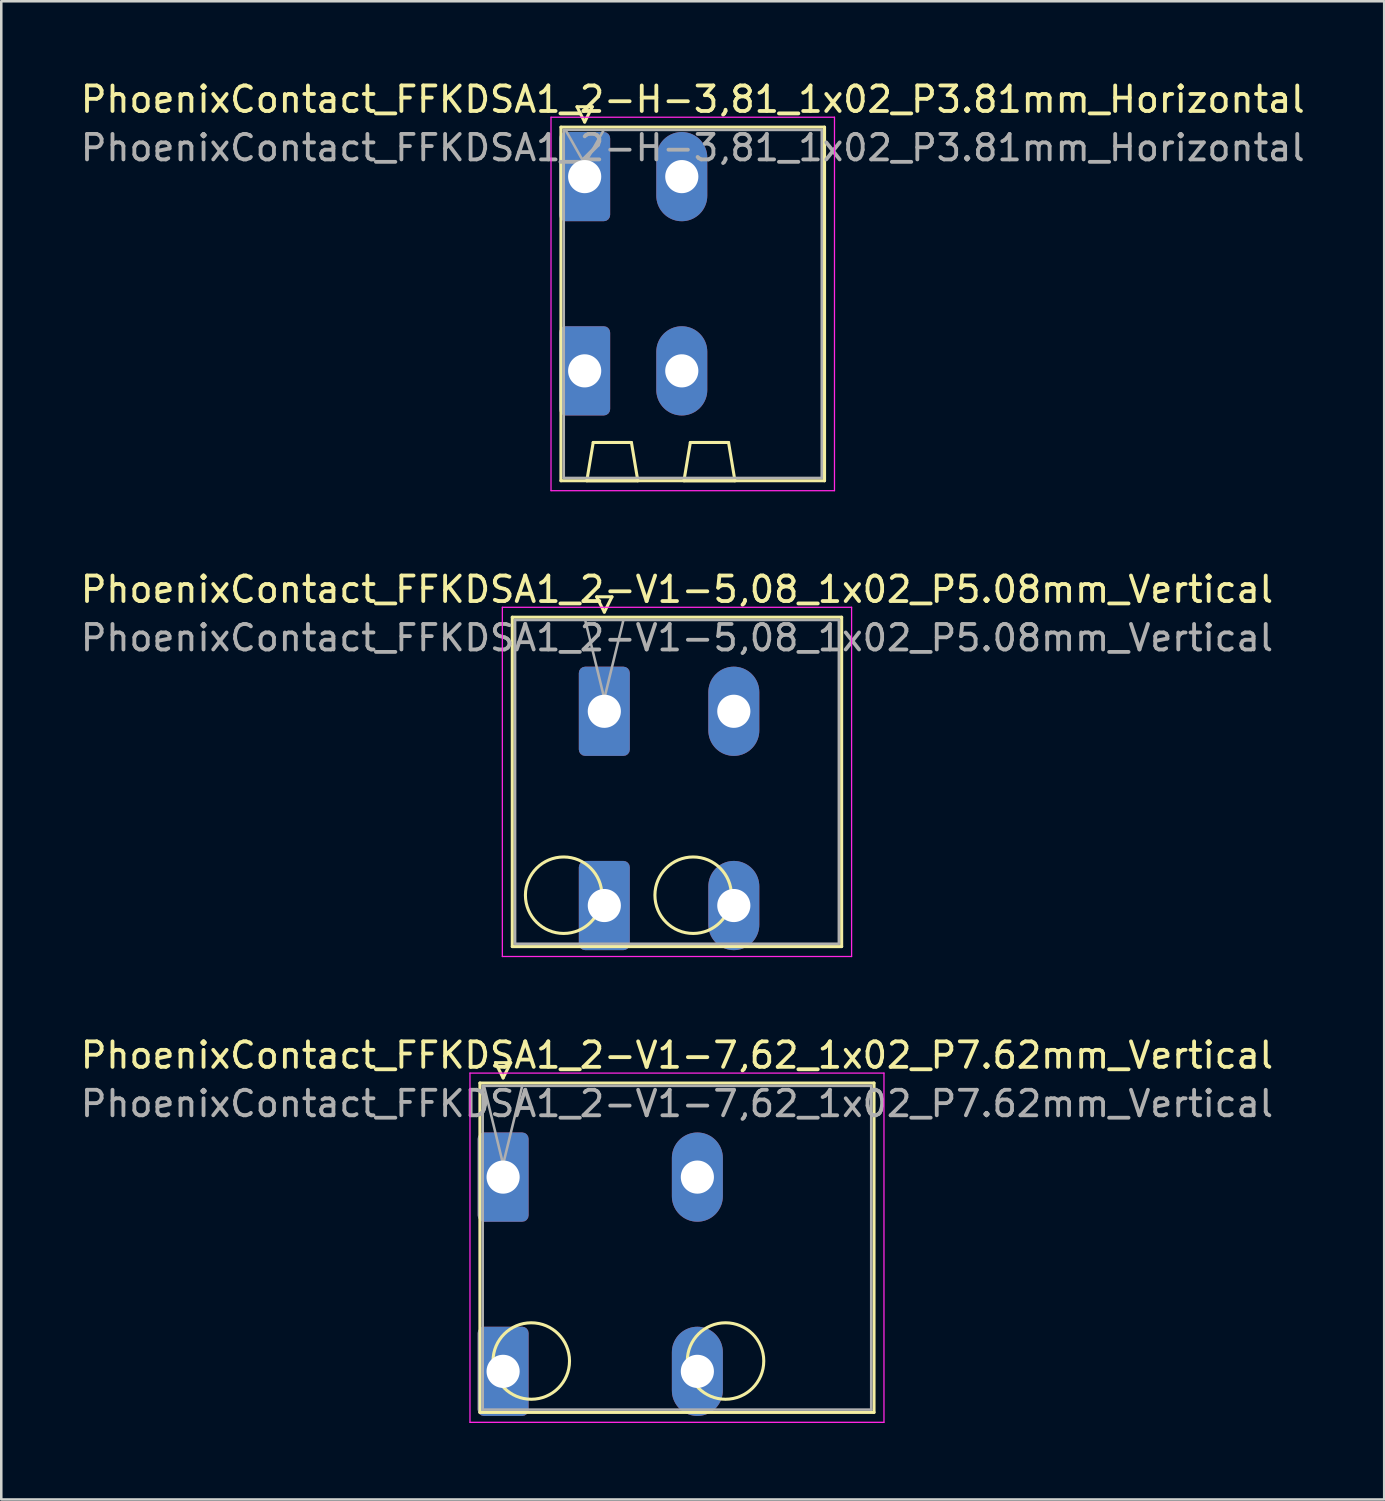
<source format=kicad_pcb>
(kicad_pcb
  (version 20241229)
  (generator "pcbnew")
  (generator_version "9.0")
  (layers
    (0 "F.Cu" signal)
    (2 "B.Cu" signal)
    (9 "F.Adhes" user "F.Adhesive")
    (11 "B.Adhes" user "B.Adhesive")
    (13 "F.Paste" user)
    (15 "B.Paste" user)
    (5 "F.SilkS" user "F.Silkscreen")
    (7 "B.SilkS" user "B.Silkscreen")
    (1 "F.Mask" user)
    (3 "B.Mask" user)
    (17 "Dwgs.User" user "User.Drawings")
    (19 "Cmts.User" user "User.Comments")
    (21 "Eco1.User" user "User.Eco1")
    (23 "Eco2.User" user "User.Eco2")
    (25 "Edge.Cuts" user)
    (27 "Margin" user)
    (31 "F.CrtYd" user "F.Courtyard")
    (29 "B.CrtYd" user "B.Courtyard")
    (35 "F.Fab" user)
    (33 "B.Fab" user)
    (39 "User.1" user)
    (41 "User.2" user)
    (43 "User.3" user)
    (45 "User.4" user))
  (footprint "PhoenixContact_FFKDSA1_2-V1-7,62_1x02_P7.62mm_Vertical"
    (layer "F.Cu")
    (at 16.686 43.125)
    (property "Reference" "PhoenixContact_FFKDSA1_2-V1-7,62_1x02_P7.62mm_Vertical" (at 6.82 -4.78 0) (layer "F.SilkS") (effects (font (size 1 1) (thickness 0.15))))
    (attr through_hole)
    (fp_line (start -0.91 -3.69) (end -0.91 9.23) (stroke (width 0.12) (type solid)) (layer "F.SilkS"))
    (fp_line (start -0.91 9.23) (end 14.55 9.23) (stroke (width 0.12) (type solid)) (layer "F.SilkS"))
    (fp_line (start -0.3 -4.49) (end 0.3 -4.49) (stroke (width 0.12) (type solid)) (layer "F.SilkS"))
    (fp_line (start 0 -3.89) (end -0.3 -4.49) (stroke (width 0.12) (type solid)) (layer "F.SilkS"))
    (fp_line (start 0.3 -4.49) (end 0 -3.89) (stroke (width 0.12) (type solid)) (layer "F.SilkS"))
    (fp_line (start 14.55 -3.69) (end -0.91 -3.69) (stroke (width 0.12) (type solid)) (layer "F.SilkS"))
    (fp_line (start 14.55 9.23) (end 14.55 -3.69) (stroke (width 0.12) (type solid)) (layer "F.SilkS"))
    (fp_circle (center 1.105 7.215) (end 2.605 7.215) (stroke (width 0.12) (type solid)) (fill no) (layer "F.SilkS"))
    (fp_circle (center 8.725 7.215) (end 10.225 7.215) (stroke (width 0.12) (type solid)) (fill no) (layer "F.SilkS"))
    (fp_line (start -1.3 -4.08) (end -1.3 9.62) (stroke (width 0.05) (type solid)) (layer "F.CrtYd"))
    (fp_line (start -1.3 9.62) (end 14.94 9.62) (stroke (width 0.05) (type solid)) (layer "F.CrtYd"))
    (fp_line (start 14.94 -4.08) (end -1.3 -4.08) (stroke (width 0.05) (type solid)) (layer "F.CrtYd"))
    (fp_line (start 14.94 9.62) (end 14.94 -4.08) (stroke (width 0.05) (type solid)) (layer "F.CrtYd"))
    (fp_line (start -0.8 -3.58) (end -0.8 9.12) (stroke (width 0.1) (type solid)) (layer "F.Fab"))
    (fp_line (start -0.8 9.12) (end 14.44 9.12) (stroke (width 0.1) (type solid)) (layer "F.Fab"))
    (fp_line (start 0 -0.5) (end -0.75 -3.58) (stroke (width 0.1) (type solid)) (layer "F.Fab"))
    (fp_line (start 0.75 -3.58) (end 0 -0.5) (stroke (width 0.1) (type solid)) (layer "F.Fab"))
    (fp_line (start 14.44 -3.58) (end -0.8 -3.58) (stroke (width 0.1) (type solid)) (layer "F.Fab"))
    (fp_line (start 14.44 9.12) (end 14.44 -3.58) (stroke (width 0.1) (type solid)) (layer "F.Fab"))
    (fp_text user "${REFERENCE}" (at 6.82 -2.88 0) (layer "F.Fab") (effects (font (size 1 1) (thickness 0.15))))
    (pad "1" thru_hole roundrect (at 0 0) (size 2 3.5) (drill 1.3) (layers "*.Cu" "*.Mask") (roundrect_rratio 0.125))
    (pad "1" thru_hole roundrect (at 0 7.62) (size 2 3.5) (drill 1.3) (layers "*.Cu" "*.Mask") (roundrect_rratio 0.125))
    (pad "2" thru_hole oval (at 7.62 0) (size 2 3.5) (drill 1.3) (layers "*.Cu" "*.Mask"))
    (pad "2" thru_hole oval (at 7.62 7.62) (size 2 3.5) (drill 1.3) (layers "*.Cu" "*.Mask")))
  (footprint "PhoenixContact_FFKDSA1_2-V1-5,08_1x02_P5.08mm_Vertical"
    (layer "F.Cu")
    (at 20.656 24.852)
    (property "Reference" "PhoenixContact_FFKDSA1_2-V1-5,08_1x02_P5.08mm_Vertical" (at 2.85 -4.78 0) (layer "F.SilkS") (effects (font (size 1 1) (thickness 0.15))))
    (attr through_hole)
    (fp_line (start -3.61 -3.69) (end -3.61 9.23) (stroke (width 0.12) (type solid)) (layer "F.SilkS"))
    (fp_line (start -3.61 9.23) (end 9.31 9.23) (stroke (width 0.12) (type solid)) (layer "F.SilkS"))
    (fp_line (start -0.3 -4.49) (end 0.3 -4.49) (stroke (width 0.12) (type solid)) (layer "F.SilkS"))
    (fp_line (start 0 -3.89) (end -0.3 -4.49) (stroke (width 0.12) (type solid)) (layer "F.SilkS"))
    (fp_line (start 0.3 -4.49) (end 0 -3.89) (stroke (width 0.12) (type solid)) (layer "F.SilkS"))
    (fp_line (start 9.31 -3.69) (end -3.61 -3.69) (stroke (width 0.12) (type solid)) (layer "F.SilkS"))
    (fp_line (start 9.31 9.23) (end 9.31 -3.69) (stroke (width 0.12) (type solid)) (layer "F.SilkS"))
    (fp_circle (center -1.595 7.215) (end -0.095 7.215) (stroke (width 0.12) (type solid)) (fill no) (layer "F.SilkS"))
    (fp_circle (center 3.485 7.215) (end 4.985 7.215) (stroke (width 0.12) (type solid)) (fill no) (layer "F.SilkS"))
    (fp_line (start -4 -4.08) (end -4 9.62) (stroke (width 0.05) (type solid)) (layer "F.CrtYd"))
    (fp_line (start -4 9.62) (end 9.7 9.62) (stroke (width 0.05) (type solid)) (layer "F.CrtYd"))
    (fp_line (start 9.7 -4.08) (end -4 -4.08) (stroke (width 0.05) (type solid)) (layer "F.CrtYd"))
    (fp_line (start 9.7 9.62) (end 9.7 -4.08) (stroke (width 0.05) (type solid)) (layer "F.CrtYd"))
    (fp_line (start -3.5 -3.58) (end -3.5 9.12) (stroke (width 0.1) (type solid)) (layer "F.Fab"))
    (fp_line (start -3.5 9.12) (end 9.2 9.12) (stroke (width 0.1) (type solid)) (layer "F.Fab"))
    (fp_line (start 0 -0.5) (end -0.75 -3.58) (stroke (width 0.1) (type solid)) (layer "F.Fab"))
    (fp_line (start 0.75 -3.58) (end 0 -0.5) (stroke (width 0.1) (type solid)) (layer "F.Fab"))
    (fp_line (start 9.2 -3.58) (end -3.5 -3.58) (stroke (width 0.1) (type solid)) (layer "F.Fab"))
    (fp_line (start 9.2 9.12) (end 9.2 -3.58) (stroke (width 0.1) (type solid)) (layer "F.Fab"))
    (fp_text user "${REFERENCE}" (at 2.85 -2.88 0) (layer "F.Fab") (effects (font (size 1 1) (thickness 0.15))))
    (pad "1" thru_hole roundrect (at 0 0) (size 2 3.5) (drill 1.3) (layers "*.Cu" "*.Mask") (roundrect_rratio 0.125))
    (pad "1" thru_hole roundrect (at 0 7.62) (size 2 3.5) (drill 1.3) (layers "*.Cu" "*.Mask") (roundrect_rratio 0.125))
    (pad "2" thru_hole oval (at 5.08 0) (size 2 3.5) (drill 1.3) (layers "*.Cu" "*.Mask"))
    (pad "2" thru_hole oval (at 5.08 7.62) (size 2 3.5) (drill 1.3) (layers "*.Cu" "*.Mask")))
  (footprint "PhoenixContact_FFKDSA1_2-H-3,81_1x02_P3.81mm_Horizontal"
    (layer "F.Cu")
    (at 19.885 3.878)
    (property "Reference" "PhoenixContact_FFKDSA1_2-H-3,81_1x02_P3.81mm_Horizontal" (at 4.24 -3.03 0) (layer "F.SilkS") (effects (font (size 1 1) (thickness 0.15))))
    (attr through_hole)
    (fp_line (start -0.93 -1.94) (end -0.93 11.93) (stroke (width 0.12) (type solid)) (layer "F.SilkS"))
    (fp_line (start -0.93 11.93) (end 9.41 11.93) (stroke (width 0.12) (type solid)) (layer "F.SilkS"))
    (fp_line (start -0.3 -2.74) (end 0.3 -2.74) (stroke (width 0.12) (type solid)) (layer "F.SilkS"))
    (fp_line (start 0 -2.14) (end -0.3 -2.74) (stroke (width 0.12) (type solid)) (layer "F.SilkS"))
    (fp_line (start 0.085 11.93) (end 2.085 11.93) (stroke (width 0.12) (type solid)) (layer "F.SilkS"))
    (fp_line (start 0.3 -2.74) (end 0 -2.14) (stroke (width 0.12) (type solid)) (layer "F.SilkS"))
    (fp_line (start 0.335 10.43) (end 0.085 11.93) (stroke (width 0.12) (type solid)) (layer "F.SilkS"))
    (fp_line (start 1.835 10.43) (end 0.335 10.43) (stroke (width 0.12) (type solid)) (layer "F.SilkS"))
    (fp_line (start 2.085 11.93) (end 1.835 10.43) (stroke (width 0.12) (type solid)) (layer "F.SilkS"))
    (fp_line (start 3.895 11.93) (end 5.895 11.93) (stroke (width 0.12) (type solid)) (layer "F.SilkS"))
    (fp_line (start 4.145 10.43) (end 3.895 11.93) (stroke (width 0.12) (type solid)) (layer "F.SilkS"))
    (fp_line (start 5.645 10.43) (end 4.145 10.43) (stroke (width 0.12) (type solid)) (layer "F.SilkS"))
    (fp_line (start 5.895 11.93) (end 5.645 10.43) (stroke (width 0.12) (type solid)) (layer "F.SilkS"))
    (fp_line (start 9.41 -1.94) (end -0.93 -1.94) (stroke (width 0.12) (type solid)) (layer "F.SilkS"))
    (fp_line (start 9.41 11.93) (end 9.41 -1.94) (stroke (width 0.12) (type solid)) (layer "F.SilkS"))
    (fp_line (start -1.32 -2.33) (end -1.32 12.32) (stroke (width 0.05) (type solid)) (layer "F.CrtYd"))
    (fp_line (start -1.32 12.32) (end 9.8 12.32) (stroke (width 0.05) (type solid)) (layer "F.CrtYd"))
    (fp_line (start 9.8 -2.33) (end -1.32 -2.33) (stroke (width 0.05) (type solid)) (layer "F.CrtYd"))
    (fp_line (start 9.8 12.32) (end 9.8 -2.33) (stroke (width 0.05) (type solid)) (layer "F.CrtYd"))
    (fp_line (start -0.82 -1.83) (end -0.82 11.82) (stroke (width 0.1) (type solid)) (layer "F.Fab"))
    (fp_line (start -0.82 11.82) (end 9.3 11.82) (stroke (width 0.1) (type solid)) (layer "F.Fab"))
    (fp_line (start 0 -0.5) (end -0.75 -1.83) (stroke (width 0.1) (type solid)) (layer "F.Fab"))
    (fp_line (start 0.75 -1.83) (end 0 -0.5) (stroke (width 0.1) (type solid)) (layer "F.Fab"))
    (fp_line (start 9.3 -1.83) (end -0.82 -1.83) (stroke (width 0.1) (type solid)) (layer "F.Fab"))
    (fp_line (start 9.3 11.82) (end 9.3 -1.83) (stroke (width 0.1) (type solid)) (layer "F.Fab"))
    (fp_text user "${REFERENCE}" (at 4.24 -1.13 0) (layer "F.Fab") (effects (font (size 1 1) (thickness 0.15))))
    (pad "1" thru_hole roundrect (at 0 0) (size 2 3.5) (drill 1.3) (layers "*.Cu" "*.Mask") (roundrect_rratio 0.125))
    (pad "1" thru_hole roundrect (at 0 7.62) (size 2 3.5) (drill 1.3) (layers "*.Cu" "*.Mask") (roundrect_rratio 0.125))
    (pad "2" thru_hole oval (at 3.81 0) (size 2 3.5) (drill 1.3) (layers "*.Cu" "*.Mask"))
    (pad "2" thru_hole oval (at 3.81 7.62) (size 2 3.5) (drill 1.3) (layers "*.Cu" "*.Mask")))
  (gr_rect
    (start -3 -3)
    (end 51.25 55.77)
    (stroke (width 0.1) (type default))
    (fill no)
    (layer "Edge.Cuts")))
</source>
